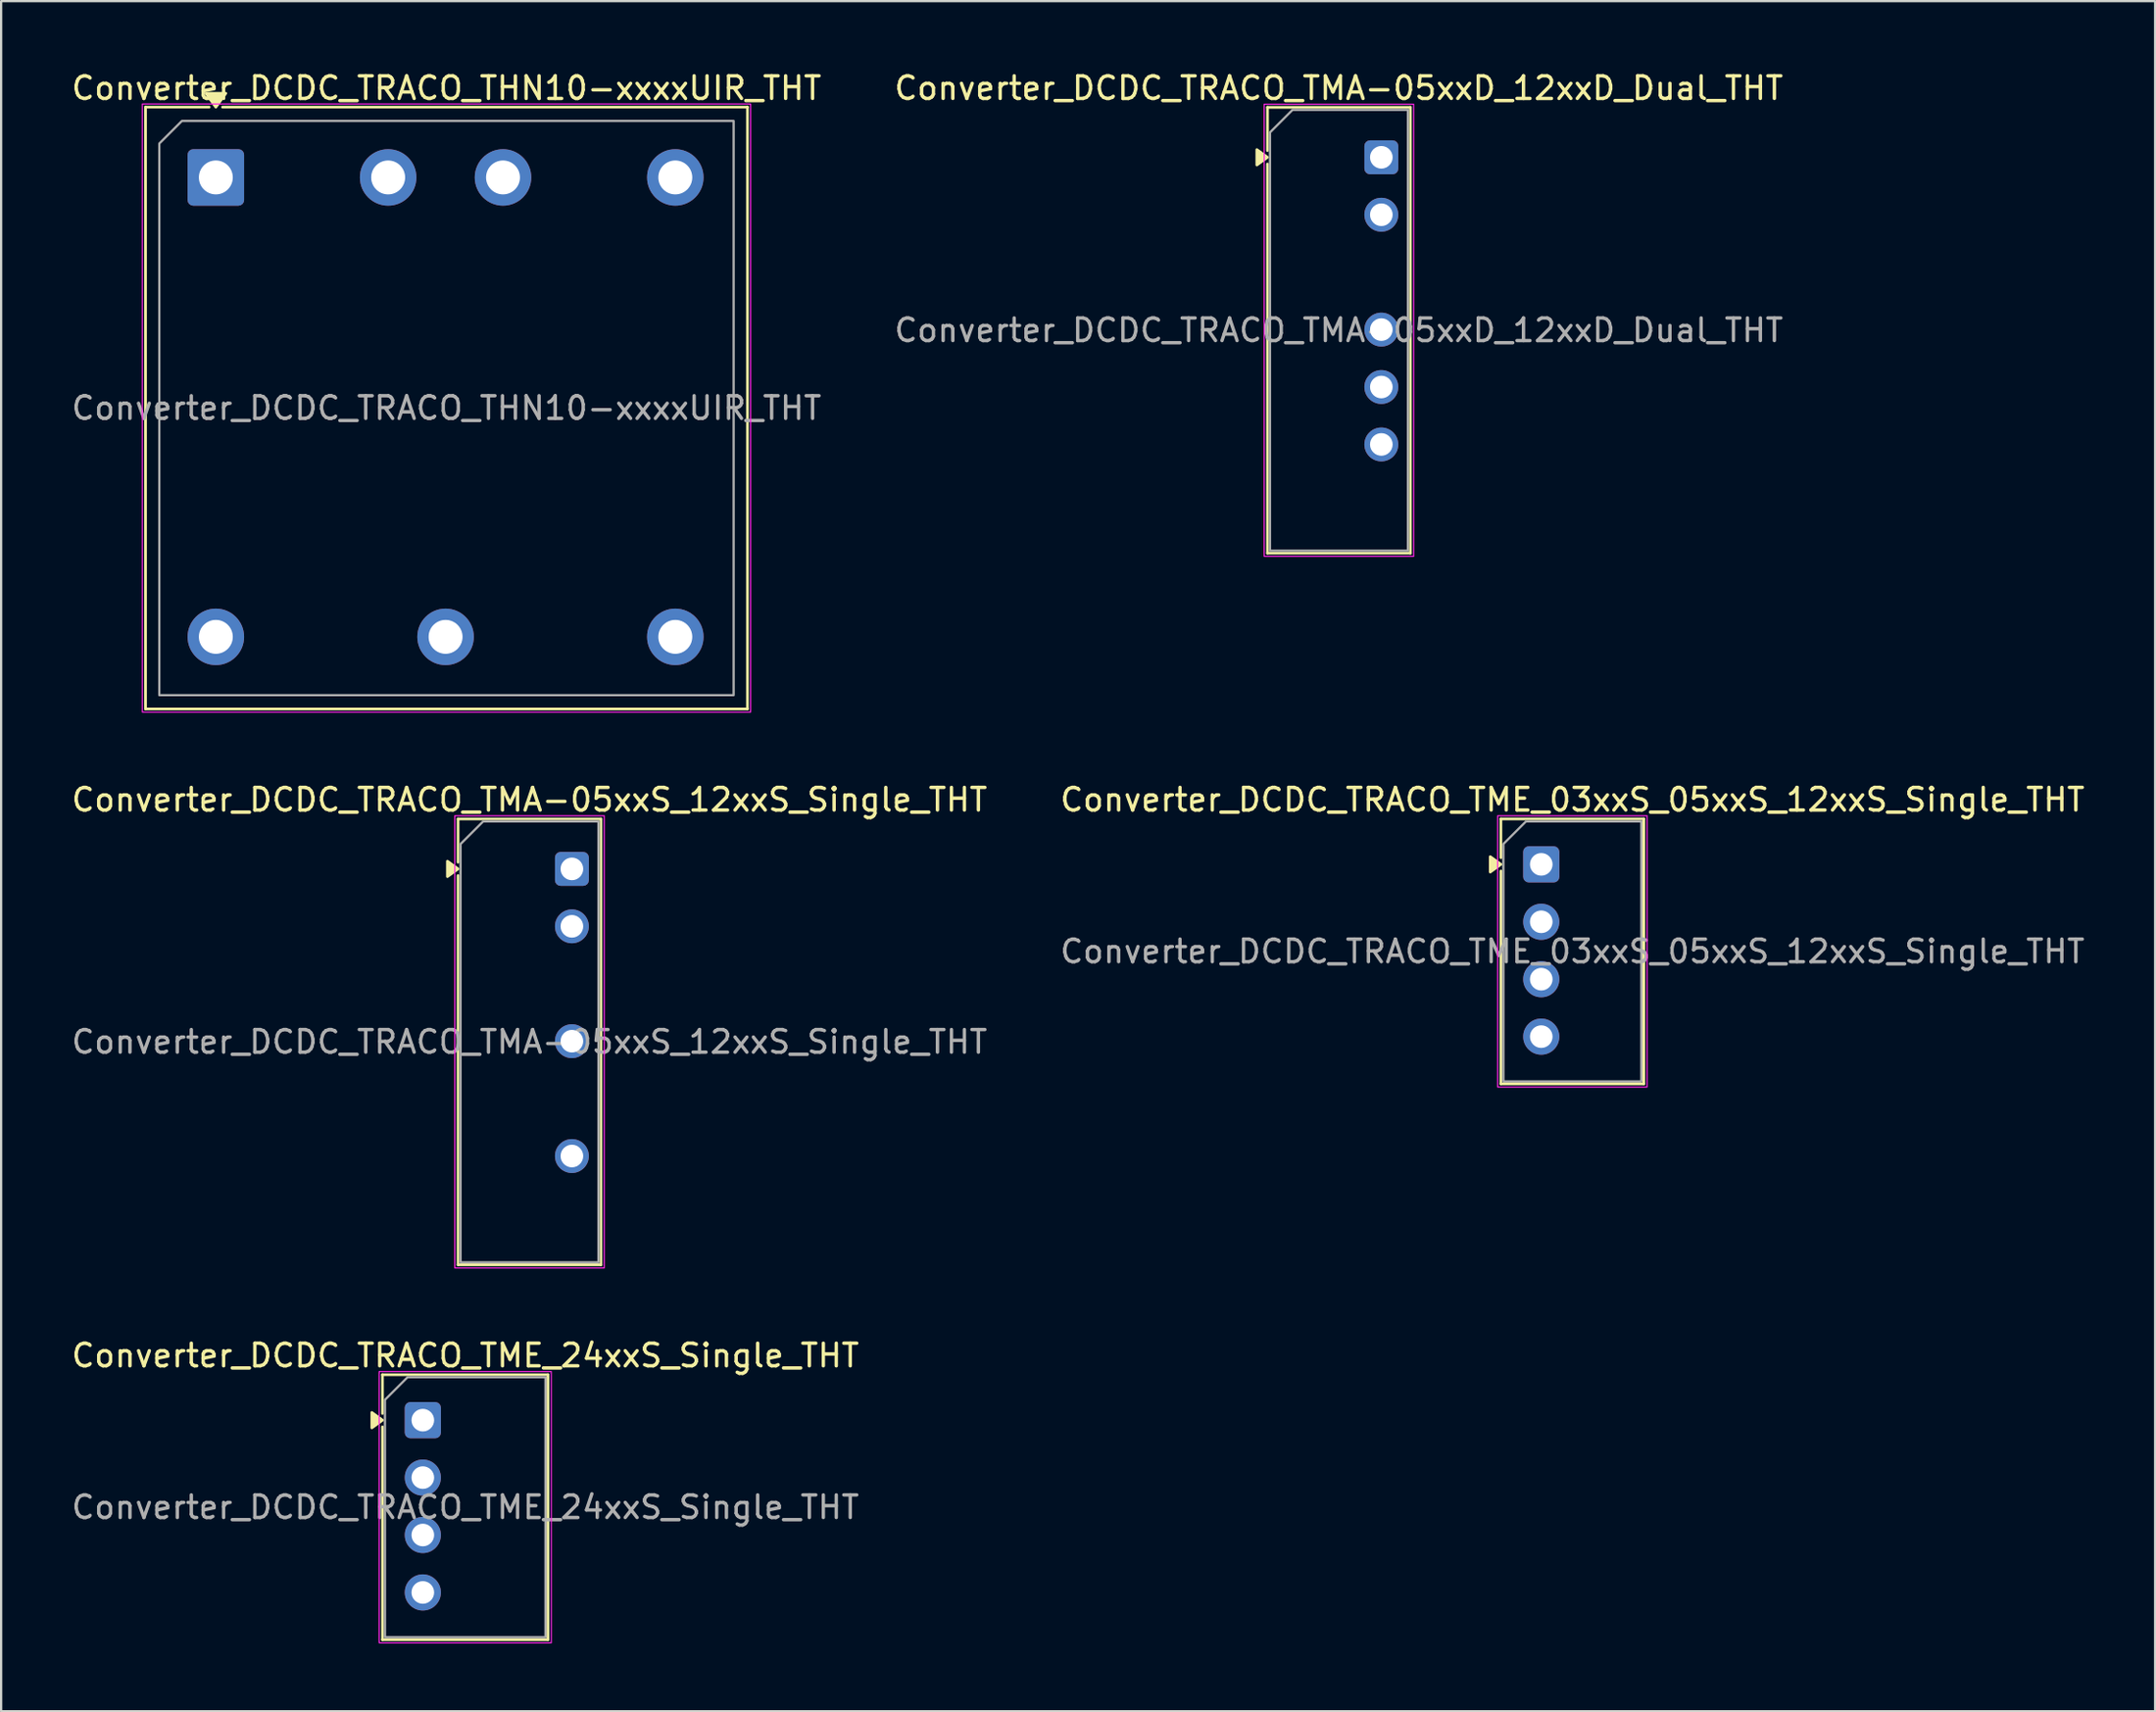
<source format=kicad_pcb>
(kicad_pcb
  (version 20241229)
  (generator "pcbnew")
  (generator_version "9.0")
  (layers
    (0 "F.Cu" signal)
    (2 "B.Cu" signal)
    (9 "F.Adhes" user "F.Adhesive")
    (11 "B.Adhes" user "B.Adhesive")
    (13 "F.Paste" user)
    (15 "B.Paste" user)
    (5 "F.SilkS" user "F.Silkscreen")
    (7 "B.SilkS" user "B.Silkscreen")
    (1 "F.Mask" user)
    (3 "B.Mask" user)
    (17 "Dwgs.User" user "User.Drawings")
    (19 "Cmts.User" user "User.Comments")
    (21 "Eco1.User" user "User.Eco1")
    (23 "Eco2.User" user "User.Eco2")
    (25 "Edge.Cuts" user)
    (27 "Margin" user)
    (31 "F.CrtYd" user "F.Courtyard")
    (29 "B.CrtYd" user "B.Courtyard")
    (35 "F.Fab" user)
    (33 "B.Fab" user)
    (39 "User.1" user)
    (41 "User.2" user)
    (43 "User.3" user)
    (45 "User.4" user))
  (footprint "Converter_DCDC_TRACO_THN10-xxxxUIR_THT"
    (layer "F.Cu")
    (at 6.496 4.798)
    (property "Reference" "Converter_DCDC_TRACO_THN10-xxxxUIR_THT" (at 10.2 -3.95 0) (layer "F.SilkS") (effects (font (size 1 1) (thickness 0.15))))
    (attr through_hole)
    (fp_line (start -3.11 -3.11) (end -0.296 -3.11) (stroke (width 0.12) (type solid)) (layer "F.SilkS"))
    (fp_line (start -3.11 23.51) (end -3.11 -3.11) (stroke (width 0.12) (type solid)) (layer "F.SilkS"))
    (fp_line (start 0.296 -3.11) (end 23.51 -3.11) (stroke (width 0.12) (type solid)) (layer "F.SilkS"))
    (fp_line (start 23.51 -3.11) (end 23.51 23.51) (stroke (width 0.12) (type solid)) (layer "F.SilkS"))
    (fp_line (start 23.51 23.51) (end -3.11 23.51) (stroke (width 0.12) (type solid)) (layer "F.SilkS"))
    (fp_poly (pts (xy 0 -3.11) (xy -0.44 -3.72) (xy 0.44 -3.72)) (stroke (width 0.12) (type solid)) (fill yes) (layer "F.SilkS"))
    (fp_rect (start -3.25 -3.25) (end 23.65 23.65) (stroke (width 0.05) (type solid)) (fill no) (layer "F.CrtYd"))
    (fp_poly (pts (xy -2.5 -1.5) (xy -2.5 22.9) (xy 22.9 22.9) (xy 22.9 -2.5) (xy -1.5 -2.5)) (stroke (width 0.1) (type solid)) (fill no) (layer "F.Fab"))
    (fp_text user "${REFERENCE}" (at 10.2 10.2 0) (layer "F.Fab") (effects (font (size 1 1) (thickness 0.15))))
    (pad "1" thru_hole roundrect (at 0 0) (size 2.5 2.5) (drill 1.5) (layers "*.Cu" "*.Mask") (roundrect_rratio 0.1))
    (pad "2" thru_hole circle (at 7.62 0) (size 2.5 2.5) (drill 1.5) (layers "*.Cu" "*.Mask"))
    (pad "3" thru_hole circle (at 12.7 0) (size 2.5 2.5) (drill 1.5) (layers "*.Cu" "*.Mask"))
    (pad "4" thru_hole circle (at 20.32 0) (size 2.5 2.5) (drill 1.5) (layers "*.Cu" "*.Mask"))
    (pad "5" thru_hole circle (at 0 20.32) (size 2.5 2.5) (drill 1.5) (layers "*.Cu" "*.Mask"))
    (pad "6" thru_hole circle (at 10.16 20.32) (size 2.5 2.5) (drill 1.5) (layers "*.Cu" "*.Mask"))
    (pad "7" thru_hole circle (at 20.32 20.32) (size 2.5 2.5) (drill 1.5) (layers "*.Cu" "*.Mask")))
  (footprint "Converter_DCDC_TRACO_TME_24xxS_Single_THT"
    (layer "F.Cu")
    (at 15.65 59.765)
    (property "Reference" "Converter_DCDC_TRACO_TME_24xxS_Single_THT" (at 1.88 -2.86 0) (layer "F.SilkS") (effects (font (size 1 1) (thickness 0.15))))
    (attr through_hole)
    (fp_line (start -1.785 -2.01) (end 5.535 -2.01) (stroke (width 0.12) (type solid)) (layer "F.SilkS"))
    (fp_line (start -1.785 -0.296) (end -1.785 -2.01) (stroke (width 0.12) (type solid)) (layer "F.SilkS"))
    (fp_line (start -1.785 9.71) (end -1.785 0.296) (stroke (width 0.12) (type solid)) (layer "F.SilkS"))
    (fp_line (start 5.535 -2.01) (end 5.535 9.71) (stroke (width 0.12) (type solid)) (layer "F.SilkS"))
    (fp_line (start 5.535 9.71) (end -1.785 9.71) (stroke (width 0.12) (type solid)) (layer "F.SilkS"))
    (fp_poly (pts (xy -1.785 0) (xy -2.255 0.34) (xy -2.255 -0.34)) (stroke (width 0.12) (type solid)) (fill yes) (layer "F.SilkS"))
    (fp_rect (start -1.93 -2.15) (end 5.68 9.85) (stroke (width 0.05) (type solid)) (fill no) (layer "F.CrtYd"))
    (fp_poly (pts (xy -1.675 -0.9) (xy -1.675 9.6) (xy 5.425 9.6) (xy 5.425 -1.9) (xy -0.675 -1.9)) (stroke (width 0.1) (type solid)) (fill no) (layer "F.Fab"))
    (fp_text user "${REFERENCE}" (at 1.88 3.85 0) (layer "F.Fab") (effects (font (size 1 1) (thickness 0.15))))
    (pad "1" thru_hole roundrect (at 0 0) (size 1.6 1.6) (drill 1) (layers "*.Cu" "*.Mask") (roundrect_rratio 0.156))
    (pad "2" thru_hole circle (at 0 2.54) (size 1.6 1.6) (drill 1) (layers "*.Cu" "*.Mask"))
    (pad "3" thru_hole circle (at 0 5.08) (size 1.6 1.6) (drill 1) (layers "*.Cu" "*.Mask"))
    (pad "4" thru_hole circle (at 0 7.62) (size 1.6 1.6) (drill 1) (layers "*.Cu" "*.Mask")))
  (footprint "Converter_DCDC_TRACO_TMA-05xxS_12xxS_Single_THT"
    (layer "F.Cu")
    (at 22.243 35.382)
    (property "Reference" "Converter_DCDC_TRACO_TMA-05xxS_12xxS_Single_THT" (at -1.88 -3.06 0) (layer "F.SilkS") (effects (font (size 1 1) (thickness 0.15))))
    (attr through_hole)
    (fp_line (start -5.035 -2.21) (end 1.285 -2.21) (stroke (width 0.12) (type solid)) (layer "F.SilkS"))
    (fp_line (start -5.035 -0.296) (end -5.035 -2.21) (stroke (width 0.12) (type solid)) (layer "F.SilkS"))
    (fp_line (start -5.035 17.51) (end -5.035 0.296) (stroke (width 0.12) (type solid)) (layer "F.SilkS"))
    (fp_line (start 1.285 -2.21) (end 1.285 17.51) (stroke (width 0.12) (type solid)) (layer "F.SilkS"))
    (fp_line (start 1.285 17.51) (end -5.035 17.51) (stroke (width 0.12) (type solid)) (layer "F.SilkS"))
    (fp_poly (pts (xy -5.035 0) (xy -5.505 0.34) (xy -5.505 -0.34)) (stroke (width 0.12) (type solid)) (fill yes) (layer "F.SilkS"))
    (fp_rect (start -5.18 -2.35) (end 1.43 17.65) (stroke (width 0.05) (type solid)) (fill no) (layer "F.CrtYd"))
    (fp_poly (pts (xy -4.925 -1.1) (xy -4.925 17.4) (xy 1.175 17.4) (xy 1.175 -2.1) (xy -3.925 -2.1)) (stroke (width 0.1) (type solid)) (fill no) (layer "F.Fab"))
    (fp_text user "${REFERENCE}" (at -1.88 7.65 0) (layer "F.Fab") (effects (font (size 1 1) (thickness 0.15))))
    (pad "1" thru_hole roundrect (at 0 0) (size 1.5 1.5) (drill 1) (layers "*.Cu" "*.Mask") (roundrect_rratio 0.167))
    (pad "2" thru_hole circle (at 0 2.54) (size 1.5 1.5) (drill 1) (layers "*.Cu" "*.Mask"))
    (pad "4" thru_hole circle (at 0 7.62) (size 1.5 1.5) (drill 1) (layers "*.Cu" "*.Mask"))
    (pad "6" thru_hole circle (at 0 12.7) (size 1.5 1.5) (drill 1) (layers "*.Cu" "*.Mask")))
  (footprint "Converter_DCDC_TRACO_TME_03xxS_05xxS_12xxS_Single_THT"
    (layer "F.Cu")
    (at 65.114 35.181)
    (property "Reference" "Converter_DCDC_TRACO_TME_03xxS_05xxS_12xxS_Single_THT" (at 1.38 -2.86 0) (layer "F.SilkS") (effects (font (size 1 1) (thickness 0.15))))
    (attr through_hole)
    (fp_line (start -1.785 -2.01) (end 4.535 -2.01) (stroke (width 0.12) (type solid)) (layer "F.SilkS"))
    (fp_line (start -1.785 -0.296) (end -1.785 -2.01) (stroke (width 0.12) (type solid)) (layer "F.SilkS"))
    (fp_line (start -1.785 9.71) (end -1.785 0.296) (stroke (width 0.12) (type solid)) (layer "F.SilkS"))
    (fp_line (start 4.535 -2.01) (end 4.535 9.71) (stroke (width 0.12) (type solid)) (layer "F.SilkS"))
    (fp_line (start 4.535 9.71) (end -1.785 9.71) (stroke (width 0.12) (type solid)) (layer "F.SilkS"))
    (fp_poly (pts (xy -1.785 0) (xy -2.255 0.34) (xy -2.255 -0.34)) (stroke (width 0.12) (type solid)) (fill yes) (layer "F.SilkS"))
    (fp_rect (start -1.93 -2.15) (end 4.68 9.85) (stroke (width 0.05) (type solid)) (fill no) (layer "F.CrtYd"))
    (fp_poly (pts (xy -1.675 -0.9) (xy -1.675 9.6) (xy 4.425 9.6) (xy 4.425 -1.9) (xy -0.675 -1.9)) (stroke (width 0.1) (type solid)) (fill no) (layer "F.Fab"))
    (fp_text user "${REFERENCE}" (at 1.38 3.85 0) (layer "F.Fab") (effects (font (size 1 1) (thickness 0.15))))
    (pad "1" thru_hole roundrect (at 0 0) (size 1.6 1.6) (drill 1) (layers "*.Cu" "*.Mask") (roundrect_rratio 0.156))
    (pad "2" thru_hole circle (at 0 2.54) (size 1.6 1.6) (drill 1) (layers "*.Cu" "*.Mask"))
    (pad "3" thru_hole circle (at 0 5.08) (size 1.6 1.6) (drill 1) (layers "*.Cu" "*.Mask"))
    (pad "4" thru_hole circle (at 0 7.62) (size 1.6 1.6) (drill 1) (layers "*.Cu" "*.Mask")))
  (footprint "Converter_DCDC_TRACO_TMA-05xxD_12xxD_Dual_THT"
    (layer "F.Cu")
    (at 58.041 3.908)
    (property "Reference" "Converter_DCDC_TRACO_TMA-05xxD_12xxD_Dual_THT" (at -1.88 -3.06 0) (layer "F.SilkS") (effects (font (size 1 1) (thickness 0.15))))
    (attr through_hole)
    (fp_line (start -5.035 -2.21) (end 1.285 -2.21) (stroke (width 0.12) (type solid)) (layer "F.SilkS"))
    (fp_line (start -5.035 -0.296) (end -5.035 -2.21) (stroke (width 0.12) (type solid)) (layer "F.SilkS"))
    (fp_line (start -5.035 17.51) (end -5.035 0.296) (stroke (width 0.12) (type solid)) (layer "F.SilkS"))
    (fp_line (start 1.285 -2.21) (end 1.285 17.51) (stroke (width 0.12) (type solid)) (layer "F.SilkS"))
    (fp_line (start 1.285 17.51) (end -5.035 17.51) (stroke (width 0.12) (type solid)) (layer "F.SilkS"))
    (fp_poly (pts (xy -5.035 0) (xy -5.505 0.34) (xy -5.505 -0.34)) (stroke (width 0.12) (type solid)) (fill yes) (layer "F.SilkS"))
    (fp_rect (start -5.18 -2.35) (end 1.43 17.65) (stroke (width 0.05) (type solid)) (fill no) (layer "F.CrtYd"))
    (fp_poly (pts (xy -4.925 -1.1) (xy -4.925 17.4) (xy 1.175 17.4) (xy 1.175 -2.1) (xy -3.925 -2.1)) (stroke (width 0.1) (type solid)) (fill no) (layer "F.Fab"))
    (fp_text user "${REFERENCE}" (at -1.88 7.65 0) (layer "F.Fab") (effects (font (size 1 1) (thickness 0.15))))
    (pad "1" thru_hole roundrect (at 0 0) (size 1.5 1.5) (drill 1) (layers "*.Cu" "*.Mask") (roundrect_rratio 0.167))
    (pad "2" thru_hole circle (at 0 2.54) (size 1.5 1.5) (drill 1) (layers "*.Cu" "*.Mask"))
    (pad "4" thru_hole circle (at 0 7.62) (size 1.5 1.5) (drill 1) (layers "*.Cu" "*.Mask"))
    (pad "5" thru_hole circle (at 0 10.16) (size 1.5 1.5) (drill 1) (layers "*.Cu" "*.Mask"))
    (pad "6" thru_hole circle (at 0 12.7) (size 1.5 1.5) (drill 1) (layers "*.Cu" "*.Mask")))
  (gr_rect
    (start -3 -3)
    (end 92.262 72.64)
    (stroke (width 0.1) (type default))
    (fill no)
    (layer "Edge.Cuts")))
</source>
